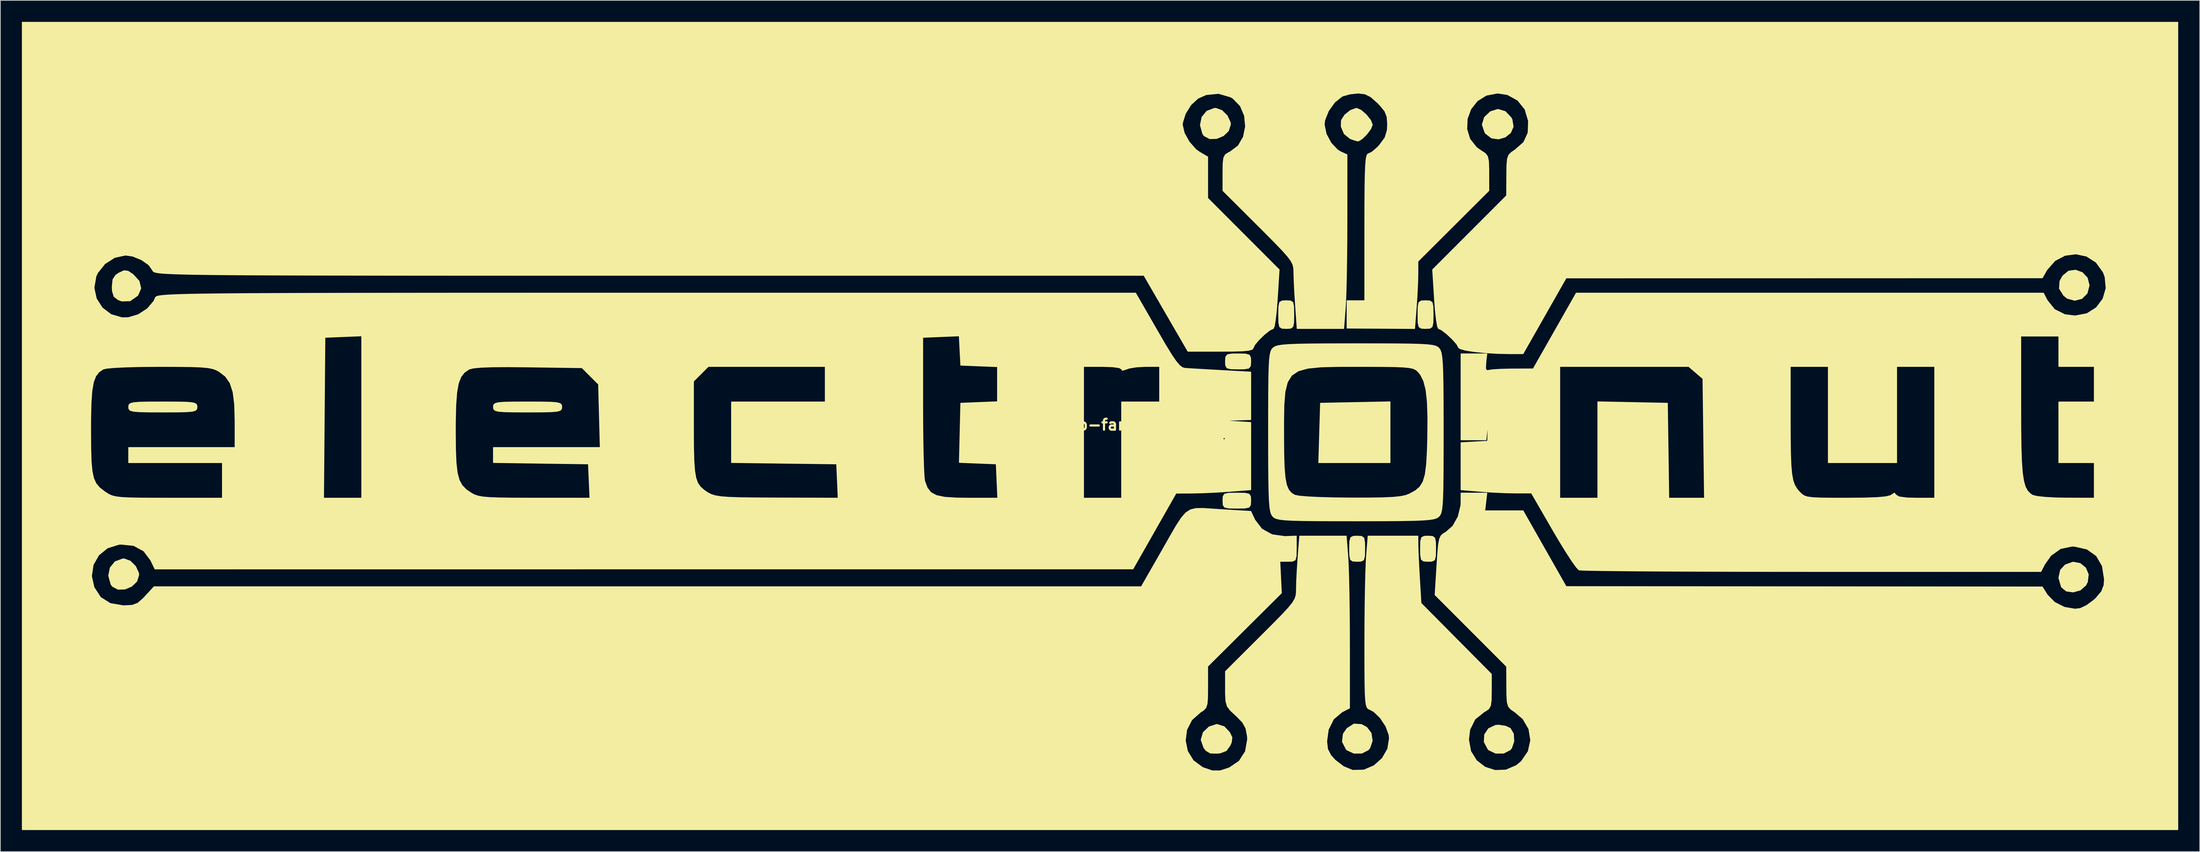
<source format=kicad_pcb>
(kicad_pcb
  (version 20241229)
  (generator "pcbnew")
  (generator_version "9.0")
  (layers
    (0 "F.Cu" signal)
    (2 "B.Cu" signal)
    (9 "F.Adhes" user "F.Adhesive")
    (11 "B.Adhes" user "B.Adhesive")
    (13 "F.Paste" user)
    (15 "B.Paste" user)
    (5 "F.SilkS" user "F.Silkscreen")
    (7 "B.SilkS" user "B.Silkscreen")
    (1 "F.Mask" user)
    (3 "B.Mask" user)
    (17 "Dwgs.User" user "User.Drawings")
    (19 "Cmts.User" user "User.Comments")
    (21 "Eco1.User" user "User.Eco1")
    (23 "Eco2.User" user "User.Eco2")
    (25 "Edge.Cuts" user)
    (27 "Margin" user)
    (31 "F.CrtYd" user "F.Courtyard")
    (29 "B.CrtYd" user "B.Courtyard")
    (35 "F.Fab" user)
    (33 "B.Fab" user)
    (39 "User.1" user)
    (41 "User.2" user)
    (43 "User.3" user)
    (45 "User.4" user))
  (footprint "logo-fancy"
    (layer "F.Cu")
    (at 149.981 56.142)
    (property "Reference" "logo-fancy" (at 0 0 0) (layer "F.SilkS") (effects (font (size 1.524 1.524) (thickness 0.3))))
    (attr through_hole)
    (fp_poly (pts (xy 40.569 5.292) (xy 35.598 5.292) (xy 30.627 5.292) (xy 30.751 1.147) (xy 30.875 -2.999) (xy 35.722 -3.097) (xy 40.569 -3.195) (xy 40.569 1.048) (xy 40.569 5.292)) (stroke (width 0.1) (type solid)) (fill yes) (layer "F.SilkS"))
    (fp_poly (pts (xy 137.936 -19.432) (xy 137.65 -18.32) (xy 136.922 -17.593) (xy 135.942 -17.33) (xy 134.904 -17.609) (xy 134.408 -17.992) (xy 133.788 -18.966) (xy 133.855 -20.008) (xy 134.252 -20.735) (xy 135.073 -21.41) (xy 136.049 -21.542) (xy 136.983 -21.202) (xy 137.677 -20.459) (xy 137.936 -19.432)) (stroke (width 0.1) (type solid)) (fill yes) (layer "F.SilkS"))
    (fp_poly (pts (xy 38.087 44.052) (xy 37.752 45.055) (xy 37.546 45.307) (xy 36.633 45.778) (xy 35.533 45.787) (xy 34.58 45.342) (xy 34.451 45.216) (xy 33.923 44.179) (xy 34.055 43.082) (xy 34.572 42.333) (xy 35.547 41.713) (xy 36.588 41.78) (xy 37.316 42.177) (xy 37.934 42.992) (xy 38.087 44.052)) (stroke (width 0.1) (type solid)) (fill yes) (layer "F.SilkS"))
    (fp_poly (pts (xy 57.718 -41.527) (xy 57.345 -40.688) (xy 56.607 -40.094) (xy 55.674 -39.823) (xy 54.712 -39.956) (xy 53.889 -40.573) (xy 53.777 -40.729) (xy 53.404 -41.822) (xy 53.716 -42.844) (xy 54.545 -43.627) (xy 55.594 -43.952) (xy 56.613 -43.65) (xy 57.425 -42.788) (xy 57.558 -42.529) (xy 57.718 -41.527)) (stroke (width 0.1) (type solid)) (fill yes) (layer "F.SilkS"))
    (fp_poly (pts (xy 137.818 20.857) (xy 137.696 21.914) (xy 137.457 22.374) (xy 136.697 23.042) (xy 135.712 23.319) (xy 134.756 23.187) (xy 134.084 22.631) (xy 134.068 22.601) (xy 133.702 21.351) (xy 133.944 20.244) (xy 134.612 19.529) (xy 135.692 19.15) (xy 136.678 19.337) (xy 137.433 19.952) (xy 137.818 20.857)) (stroke (width 0.1) (type solid)) (fill yes) (layer "F.SilkS"))
    (fp_poly (pts (xy -133.703 20.936) (xy -133.986 21.841) (xy -134.7 22.522) (xy -135.638 22.91) (xy -136.596 22.936) (xy -137.369 22.529) (xy -137.571 22.248) (xy -137.903 21.044) (xy -137.682 19.934) (xy -137 19.096) (xy -135.947 18.706) (xy -135.741 18.697) (xy -134.902 19) (xy -134.155 19.738) (xy -133.732 20.656) (xy -133.703 20.936)) (stroke (width 0.1) (type solid)) (fill yes) (layer "F.SilkS"))
    (fp_poly (pts (xy 18.344 -41.859) (xy 18.061 -40.954) (xy 17.348 -40.272) (xy 16.409 -39.884) (xy 15.451 -39.859) (xy 14.678 -40.266) (xy 14.476 -40.546) (xy 14.144 -41.751) (xy 14.365 -42.86) (xy 15.047 -43.698) (xy 16.1 -44.088) (xy 16.306 -44.097) (xy 17.145 -43.794) (xy 17.892 -43.056) (xy 18.316 -42.139) (xy 18.344 -41.859)) (stroke (width 0.1) (type solid)) (fill yes) (layer "F.SilkS"))
    (fp_poly (pts (xy 18.553 43.587) (xy 18.466 44.271) (xy 18.282 44.696) (xy 17.761 45.42) (xy 16.946 45.741) (xy 16.511 45.793) (xy 15.538 45.769) (xy 14.924 45.401) (xy 14.632 45.016) (xy 14.248 43.911) (xy 14.55 42.885) (xy 15.355 42.118) (xy 16.436 41.761) (xy 17.457 42.081) (xy 18.206 42.87) (xy 18.553 43.587)) (stroke (width 0.1) (type solid)) (fill yes) (layer "F.SilkS"))
    (fp_poly (pts (xy 57.815 44.112) (xy 57.497 45.061) (xy 57.301 45.307) (xy 56.389 45.778) (xy 55.288 45.787) (xy 54.335 45.342) (xy 54.206 45.216) (xy 53.676 44.206) (xy 53.732 43.187) (xy 54.29 42.353) (xy 55.265 41.897) (xy 55.67 41.863) (xy 56.633 42.006) (xy 57.308 42.318) (xy 57.752 43.086) (xy 57.815 44.112)) (stroke (width 0.1) (type solid)) (fill yes) (layer "F.SilkS"))
    (fp_poly (pts (xy -133.419 -18.999) (xy -133.828 -18.049) (xy -133.874 -17.998) (xy -134.914 -17.268) (xy -136.067 -17.229) (xy -136.583 -17.426) (xy -137.152 -17.877) (xy -137.382 -18.625) (xy -137.407 -19.223) (xy -137.309 -20.226) (xy -136.919 -20.832) (xy -136.453 -21.146) (xy -135.748 -21.468) (xy -135.198 -21.398) (xy -134.513 -20.948) (xy -133.657 -20.009) (xy -133.419 -18.999)) (stroke (width 0.1) (type solid)) (fill yes) (layer "F.SilkS"))
    (fp_poly (pts (xy 21.167 -8.819) (xy 21.128 -8.193) (xy 20.891 -7.881) (xy 20.274 -7.773) (xy 19.403 -7.761) (xy 18.359 -7.784) (xy 17.838 -7.926) (xy 17.659 -8.297) (xy 17.639 -8.819) (xy 17.677 -9.446) (xy 17.914 -9.758) (xy 18.532 -9.866) (xy 19.403 -9.878) (xy 20.447 -9.855) (xy 20.968 -9.712) (xy 21.147 -9.342) (xy 21.167 -8.819)) (stroke (width 0.1) (type solid)) (fill yes) (layer "F.SilkS"))
    (fp_poly (pts (xy 37.042 17.286) (xy 37.019 18.33) (xy 36.876 18.851) (xy 36.506 19.03) (xy 35.983 19.05) (xy 35.357 19.011) (xy 35.044 18.775) (xy 34.937 18.157) (xy 34.925 17.286) (xy 34.948 16.242) (xy 35.09 15.721) (xy 35.461 15.542) (xy 35.983 15.522) (xy 36.61 15.561) (xy 36.922 15.798) (xy 37.03 16.415) (xy 37.042 17.286)) (stroke (width 0.1) (type solid)) (fill yes) (layer "F.SilkS"))
    (fp_poly (pts (xy 46.919 17.286) (xy 46.896 18.33) (xy 46.754 18.851) (xy 46.384 19.03) (xy 45.861 19.05) (xy 45.235 19.011) (xy 44.922 18.775) (xy 44.815 18.157) (xy 44.803 17.286) (xy 44.826 16.242) (xy 44.968 15.721) (xy 45.338 15.542) (xy 45.861 15.522) (xy 46.488 15.561) (xy 46.8 15.798) (xy 46.908 16.415) (xy 46.919 17.286)) (stroke (width 0.1) (type solid)) (fill yes) (layer "F.SilkS"))
    (fp_poly (pts (xy 38.1 -41.804) (xy 37.872 -41.226) (xy 37.33 -40.496) (xy 36.686 -39.853) (xy 36.152 -39.537) (xy 36.088 -39.533) (xy 35.57 -39.671) (xy 35.005 -39.878) (xy 34.184 -40.547) (xy 33.756 -41.573) (xy 33.787 -42.419) (xy 34.252 -43.165) (xy 35.058 -43.81) (xy 35.878 -44.097) (xy 35.901 -44.097) (xy 36.526 -43.83) (xy 37.258 -43.191) (xy 37.861 -42.428) (xy 38.1 -41.804)) (stroke (width 0.1) (type solid)) (fill yes) (layer "F.SilkS"))
    (fp_poly (pts (xy 21.167 10.583) (xy 21.134 11.188) (xy 20.921 11.503) (xy 20.352 11.623) (xy 19.256 11.642) (xy 19.226 11.642) (xy 18.117 11.624) (xy 17.54 11.507) (xy 17.321 11.198) (xy 17.286 10.6) (xy 17.286 10.583) (xy 17.319 9.978) (xy 17.532 9.663) (xy 18.1 9.544) (xy 19.197 9.525) (xy 19.226 9.525) (xy 20.336 9.543) (xy 20.913 9.659) (xy 21.132 9.969) (xy 21.167 10.567) (xy 21.167 10.583)) (stroke (width 0.1) (type solid)) (fill yes) (layer "F.SilkS"))
    (fp_poly (pts (xy 27.164 -15.346) (xy 27.146 -14.237) (xy 27.03 -13.659) (xy 26.72 -13.44) (xy 26.122 -13.406) (xy 26.106 -13.406) (xy 25.501 -13.438) (xy 25.186 -13.652) (xy 25.066 -14.22) (xy 25.047 -15.316) (xy 25.047 -15.346) (xy 25.065 -16.455) (xy 25.181 -17.032) (xy 25.491 -17.252) (xy 26.089 -17.286) (xy 26.106 -17.286) (xy 26.711 -17.254) (xy 27.026 -17.04) (xy 27.145 -16.472) (xy 27.164 -15.376) (xy 27.164 -15.346)) (stroke (width 0.1) (type solid)) (fill yes) (layer "F.SilkS"))
    (fp_poly (pts (xy 46.567 -15.346) (xy 46.549 -14.237) (xy 46.432 -13.659) (xy 46.123 -13.44) (xy 45.525 -13.406) (xy 45.508 -13.406) (xy 44.903 -13.438) (xy 44.588 -13.652) (xy 44.469 -14.22) (xy 44.45 -15.316) (xy 44.45 -15.346) (xy 44.468 -16.455) (xy 44.584 -17.032) (xy 44.894 -17.252) (xy 45.492 -17.286) (xy 45.508 -17.286) (xy 46.113 -17.254) (xy 46.428 -17.04) (xy 46.548 -16.472) (xy 46.567 -15.376) (xy 46.567 -15.346)) (stroke (width 0.1) (type solid)) (fill yes) (layer "F.SilkS"))
    (fp_poly (pts (xy -125.589 -2.469) (xy -125.627 -2.186) (xy -125.813 -1.991) (xy -126.26 -1.867) (xy -127.076 -1.799) (xy -128.372 -1.77) (xy -130.258 -1.764) (xy -130.351 -1.764) (xy -132.265 -1.769) (xy -133.584 -1.797) (xy -134.417 -1.863) (xy -134.877 -1.984) (xy -135.072 -2.176) (xy -135.114 -2.456) (xy -135.114 -2.469) (xy -135.076 -2.753) (xy -134.889 -2.948) (xy -134.443 -3.072) (xy -133.627 -3.14) (xy -132.331 -3.169) (xy -130.444 -3.175) (xy -130.351 -3.175) (xy -128.438 -3.169) (xy -127.119 -3.142) (xy -126.285 -3.076) (xy -125.826 -2.955) (xy -125.631 -2.763) (xy -125.589 -2.483) (xy -125.589 -2.469)) (stroke (width 0.1) (type solid)) (fill yes) (layer "F.SilkS"))
    (fp_poly (pts (xy -74.789 -2.469) (xy -74.827 -2.186) (xy -75.013 -1.991) (xy -75.46 -1.867) (xy -76.276 -1.799) (xy -77.572 -1.77) (xy -79.458 -1.764) (xy -79.551 -1.764) (xy -81.465 -1.769) (xy -82.784 -1.797) (xy -83.617 -1.863) (xy -84.077 -1.984) (xy -84.272 -2.176) (xy -84.314 -2.456) (xy -84.314 -2.469) (xy -84.276 -2.753) (xy -84.089 -2.948) (xy -83.643 -3.072) (xy -82.827 -3.14) (xy -81.531 -3.169) (xy -79.644 -3.175) (xy -79.551 -3.175) (xy -77.638 -3.169) (xy -76.319 -3.142) (xy -75.485 -3.076) (xy -75.026 -2.955) (xy -74.831 -2.763) (xy -74.789 -2.483) (xy -74.789 -2.469)) (stroke (width 0.1) (type solid)) (fill yes) (layer "F.SilkS"))
    (fp_poly (pts (xy 47.978 1.12) (xy 47.975 4.228) (xy 47.965 6.706) (xy 47.943 8.631) (xy 47.906 10.079) (xy 47.847 11.126) (xy 47.765 11.848) (xy 47.654 12.321) (xy 47.51 12.621) (xy 47.333 12.822) (xy 47.085 12.987) (xy 46.697 13.119) (xy 46.092 13.22) (xy 45.825 13.242) (xy 45.825 -1.04) (xy 45.75 -3.208) (xy 45.564 -4.86) (xy 45.252 -6.088) (xy 44.8 -6.984) (xy 44.431 -7.427) (xy 44.157 -7.657) (xy 43.791 -7.829) (xy 43.236 -7.951) (xy 42.395 -8.033) (xy 41.172 -8.082) (xy 39.468 -8.106) (xy 37.187 -8.114) (xy 36.319 -8.114) (xy 33.315 -8.109) (xy 30.942 -8.05) (xy 29.125 -7.87) (xy 27.791 -7.501) (xy 26.865 -6.879) (xy 26.273 -5.934) (xy 25.94 -4.601) (xy 25.791 -2.814) (xy 25.753 -0.504) (xy 25.753 1.377) (xy 25.769 3.954) (xy 25.829 5.921) (xy 25.949 7.369) (xy 26.147 8.393) (xy 26.441 9.087) (xy 26.846 9.545) (xy 27.292 9.818) (xy 27.894 9.94) (xy 29.097 10.045) (xy 30.796 10.128) (xy 32.889 10.184) (xy 35.048 10.207) (xy 37.581 10.205) (xy 39.511 10.177) (xy 40.94 10.115) (xy 41.971 10.013) (xy 42.707 9.864) (xy 43.229 9.671) (xy 44.082 9.209) (xy 44.714 8.673) (xy 45.161 7.954) (xy 45.46 6.942) (xy 45.644 5.527) (xy 45.752 3.599) (xy 45.803 1.736) (xy 45.825 -1.04) (xy 45.825 13.242) (xy 45.196 13.294) (xy 43.931 13.346) (xy 42.221 13.38) (xy 39.991 13.398) (xy 37.165 13.405) (xy 35.746 13.406) (xy 32.665 13.403) (xy 30.212 13.393) (xy 28.312 13.37) (xy 26.887 13.332) (xy 25.86 13.272) (xy 25.155 13.187) (xy 24.695 13.074) (xy 24.403 12.926) (xy 24.22 12.76) (xy 24.056 12.514) (xy 23.925 12.129) (xy 23.824 11.529) (xy 23.749 10.639) (xy 23.697 9.383) (xy 23.663 7.687) (xy 23.645 5.474) (xy 23.637 2.669) (xy 23.636 0.997) (xy 23.639 -2.111) (xy 23.649 -4.589) (xy 23.67 -6.515) (xy 23.708 -7.963) (xy 23.766 -9.01) (xy 23.849 -9.731) (xy 23.96 -10.204) (xy 24.104 -10.505) (xy 24.281 -10.705) (xy 24.529 -10.871) (xy 24.917 -11.002) (xy 25.521 -11.103) (xy 26.418 -11.178) (xy 27.683 -11.23) (xy 29.392 -11.263) (xy 31.623 -11.281) (xy 34.449 -11.288) (xy 35.868 -11.289) (xy 38.949 -11.286) (xy 41.401 -11.276) (xy 43.302 -11.254) (xy 44.727 -11.215) (xy 45.753 -11.155) (xy 46.458 -11.071) (xy 46.919 -10.957) (xy 47.211 -10.809) (xy 47.394 -10.644) (xy 47.558 -10.398) (xy 47.689 -10.012) (xy 47.79 -9.412) (xy 47.865 -8.522) (xy 47.917 -7.267) (xy 47.951 -5.57) (xy 47.969 -3.357) (xy 47.977 -0.552) (xy 47.978 1.12)) (stroke (width 0.1) (type solid)) (fill yes) (layer "F.SilkS"))
    (fp_poly (pts (xy 150.283 56.444) (xy 140.285 56.444) (xy 140.285 -19.018) (xy 140.138 -20.609) (xy 139.885 -21.276) (xy 138.9 -22.638) (xy 137.583 -23.482) (xy 136.088 -23.804) (xy 134.567 -23.601) (xy 133.172 -22.867) (xy 132.056 -21.599) (xy 131.993 -21.491) (xy 131.41 -20.466) (xy 98.249 -20.459) (xy 65.088 -20.452) (xy 62.089 -15.174) (xy 59.09 -9.895) (xy 57.503 -9.888) (xy 55.637 -9.922) (xy 53.849 -10.026) (xy 52.27 -10.186) (xy 51.033 -10.385) (xy 50.273 -10.608) (xy 50.094 -10.775) (xy 49.845 -11.239) (xy 49.233 -11.928) (xy 48.464 -12.647) (xy 47.744 -13.204) (xy 47.302 -13.406) (xy 47.165 -13.735) (xy 47.014 -14.631) (xy 46.867 -15.955) (xy 46.748 -17.509) (xy 46.491 -21.612) (xy 51.644 -26.773) (xy 56.797 -31.935) (xy 56.811 -34.753) (xy 56.829 -36.161) (xy 56.907 -37.044) (xy 57.102 -37.584) (xy 57.473 -37.962) (xy 57.947 -38.277) (xy 59.173 -39.347) (xy 59.785 -40.681) (xy 59.845 -42.321) (xy 59.362 -43.953) (xy 58.346 -45.218) (xy 56.92 -46.005) (xy 55.562 -46.214) (xy 53.978 -45.92) (xy 52.716 -45.133) (xy 51.816 -43.989) (xy 51.318 -42.628) (xy 51.259 -41.189) (xy 51.68 -39.809) (xy 52.618 -38.629) (xy 53.292 -38.157) (xy 53.833 -37.806) (xy 54.142 -37.397) (xy 54.284 -36.736) (xy 54.324 -35.631) (xy 54.326 -35.097) (xy 54.328 -32.622) (xy 49.389 -27.693) (xy 44.45 -22.764) (xy 44.448 -20.995) (xy 44.418 -19.76) (xy 44.341 -18.149) (xy 44.232 -16.488) (xy 44.219 -16.314) (xy 43.992 -13.401) (xy 39.282 -13.429) (xy 34.572 -13.456) (xy 34.572 -15.371) (xy 34.572 -17.286) (xy 35.807 -17.286) (xy 37.042 -17.286) (xy 37.042 -27.517) (xy 37.046 -30.534) (xy 37.063 -32.915) (xy 37.095 -34.73) (xy 37.146 -36.048) (xy 37.218 -36.938) (xy 37.315 -37.469) (xy 37.442 -37.711) (xy 37.534 -37.747) (xy 38.046 -37.995) (xy 38.772 -38.622) (xy 39.122 -38.994) (xy 39.864 -40.012) (xy 40.174 -41.034) (xy 40.217 -41.858) (xy 40.146 -42.902) (xy 39.841 -43.689) (xy 39.165 -44.52) (xy 38.847 -44.844) (xy 37.896 -45.692) (xy 37.085 -46.102) (xy 36.144 -46.209) (xy 36.113 -46.209) (xy 34.963 -46.089) (xy 33.964 -45.803) (xy 33.877 -45.763) (xy 32.856 -44.947) (xy 31.994 -43.744) (xy 31.473 -42.444) (xy 31.399 -41.84) (xy 31.665 -40.539) (xy 32.346 -39.26) (xy 33.273 -38.285) (xy 33.689 -38.036) (xy 34.572 -37.634) (xy 34.57 -28.43) (xy 34.561 -25.763) (xy 34.535 -23.161) (xy 34.496 -20.759) (xy 34.446 -18.692) (xy 34.387 -17.098) (xy 34.341 -16.316) (xy 34.115 -13.406) (xy 30.869 -13.406) (xy 27.622 -13.406) (xy 27.393 -16.635) (xy 27.288 -18.274) (xy 27.209 -19.828) (xy 27.167 -21.031) (xy 27.164 -21.314) (xy 27.143 -21.831) (xy 27.035 -22.307) (xy 26.776 -22.824) (xy 26.301 -23.467) (xy 25.543 -24.321) (xy 24.438 -25.47) (xy 22.921 -26.998) (xy 22.225 -27.693) (xy 17.286 -32.622) (xy 17.286 -35.099) (xy 17.303 -36.404) (xy 17.395 -37.186) (xy 17.623 -37.627) (xy 18.049 -37.909) (xy 18.265 -38.008) (xy 19.416 -38.864) (xy 20.139 -40.108) (xy 20.431 -41.565) (xy 20.291 -43.061) (xy 19.717 -44.421) (xy 18.707 -45.47) (xy 18.356 -45.679) (xy 16.684 -46.167) (xy 14.959 -46) (xy 13.825 -45.499) (xy 12.83 -44.589) (xy 12.047 -43.333) (xy 11.657 -42.042) (xy 11.642 -41.781) (xy 11.908 -40.651) (xy 12.587 -39.423) (xy 13.502 -38.381) (xy 13.998 -38.016) (xy 15.169 -37.325) (xy 15.169 -34.454) (xy 15.169 -31.582) (xy 20.146 -26.597) (xy 25.123 -21.612) (xy 24.866 -17.509) (xy 24.742 -15.902) (xy 24.595 -14.591) (xy 24.444 -13.713) (xy 24.312 -13.406) (xy 23.803 -13.165) (xy 23.065 -12.577) (xy 22.302 -11.837) (xy 21.72 -11.142) (xy 21.519 -10.723) (xy 21.39 -10.515) (xy 20.934 -10.372) (xy 20.056 -10.284) (xy 18.654 -10.241) (xy 16.966 -10.231) (xy 12.413 -10.231) (xy 9.349 -15.522) (xy 6.285 -20.814) (xy -62.627 -20.814) (xy -70.82 -20.814) (xy -78.337 -20.814) (xy -85.206 -20.816) (xy -91.458 -20.818) (xy -97.121 -20.821) (xy -102.225 -20.826) (xy -106.798 -20.833) (xy -110.871 -20.842) (xy -114.472 -20.853) (xy -117.63 -20.867) (xy -120.376 -20.884) (xy -122.737 -20.904) (xy -124.743 -20.928) (xy -126.424 -20.956) (xy -127.809 -20.988) (xy -128.926 -21.025) (xy -129.806 -21.066) (xy -130.477 -21.112) (xy -130.969 -21.163) (xy -131.31 -21.221) (xy -131.531 -21.284) (xy -131.66 -21.353) (xy -131.727 -21.429) (xy -131.757 -21.502) (xy -132.312 -22.283) (xy -133.322 -22.99) (xy -134.542 -23.486) (xy -135.544 -23.636) (xy -137.059 -23.31) (xy -138.429 -22.433) (xy -139.444 -21.157) (xy -139.663 -20.679) (xy -139.938 -19.078) (xy -139.611 -17.569) (xy -138.786 -16.284) (xy -137.564 -15.355) (xy -136.048 -14.914) (xy -135.175 -14.922) (xy -133.778 -15.336) (xy -132.509 -16.158) (xy -131.607 -17.215) (xy -131.39 -17.701) (xy -131.347 -17.778) (xy -131.248 -17.849) (xy -131.065 -17.913) (xy -130.768 -17.972) (xy -130.328 -18.025) (xy -129.716 -18.072) (xy -128.902 -18.115) (xy -127.856 -18.153) (xy -126.55 -18.187) (xy -124.954 -18.216) (xy -123.039 -18.242) (xy -120.775 -18.264) (xy -118.134 -18.282) (xy -115.086 -18.298) (xy -111.601 -18.311) (xy -107.65 -18.321) (xy -103.204 -18.329) (xy -98.233 -18.335) (xy -92.709 -18.339) (xy -86.601 -18.342) (xy -79.881 -18.343) (xy -72.52 -18.344) (xy -64.487 -18.344) (xy -63.026 -18.344) (xy 5.134 -18.344) (xy 8.123 -13.141) (xy 9.257 -11.192) (xy 10.118 -9.781) (xy 10.767 -8.826) (xy 11.265 -8.243) (xy 11.673 -7.95) (xy 11.994 -7.866) (xy 12.691 -7.818) (xy 13.913 -7.744) (xy 15.48 -7.653) (xy 17.022 -7.566) (xy 21.167 -7.339) (xy 21.167 -4.022) (xy 21.167 -0.706) (xy 19.138 -0.639) (xy 17.11 -0.572) (xy 19.138 -0.445) (xy 21.167 -0.318) (xy 21.167 4.375) (xy 21.167 9.068) (xy 18.256 9.294) (xy 17.639 9.335) (xy 17.639 1.94) (xy 17.462 1.764) (xy 17.286 1.94) (xy 17.462 2.117) (xy 17.639 1.94) (xy 17.639 9.335) (xy 16.499 9.409) (xy 14.651 9.495) (xy 13.1 9.534) (xy 13.053 9.535) (xy 10.76 9.548) (xy 8.467 13.583) (xy 8.467 -3.175) (xy 8.467 -5.644) (xy 8.467 -8.114) (xy 6.503 -8.114) (xy 5.276 -8.05) (xy 4.257 -7.886) (xy 3.857 -7.749) (xy 3.296 -7.564) (xy 3.175 -7.749) (xy 2.843 -7.941) (xy 1.923 -8.068) (xy 0.532 -8.114) (xy 0.529 -8.114) (xy -2.117 -8.114) (xy -2.117 1.058) (xy -2.117 10.231) (xy 0.529 10.231) (xy 3.175 10.231) (xy 3.175 3.528) (xy 3.175 -3.175) (xy 5.821 -3.175) (xy 8.467 -3.175) (xy 8.467 13.583) (xy 7.761 14.825) (xy 4.763 20.101) (xy -14.079 20.102) (xy -14.079 10.231) (xy -14.183 7.849) (xy -14.287 5.468) (xy -16.856 5.364) (xy -19.425 5.26) (xy -19.326 1.131) (xy -19.226 -2.999) (xy -16.669 -3.102) (xy -14.111 -3.206) (xy -14.111 -5.644) (xy -14.111 -8.083) (xy -16.669 -8.187) (xy -19.226 -8.29) (xy -19.333 -10.334) (xy -19.439 -12.377) (xy -21.978 -12.274) (xy -24.518 -12.171) (xy -24.518 -2.646) (xy -24.508 -0.074) (xy -24.481 2.307) (xy -24.438 4.392) (xy -24.383 6.08) (xy -24.319 7.266) (xy -24.249 7.84) (xy -23.903 8.776) (xy -23.399 9.435) (xy -22.62 9.864) (xy -21.45 10.108) (xy -19.774 10.214) (xy -18.262 10.231) (xy -14.079 10.231) (xy -14.079 20.102) (xy -36.304 20.103) (xy -36.304 10.231) (xy -36.408 7.849) (xy -36.513 5.468) (xy -43.833 5.373) (xy -51.153 5.277) (xy -51.153 1.051) (xy -51.153 -3.175) (xy -44.626 -3.175) (xy -38.1 -3.175) (xy -38.1 -5.644) (xy -38.1 -8.114) (xy -46.241 -8.114) (xy -54.382 -8.114) (xy -55.413 -7.083) (xy -56.444 -6.051) (xy -56.444 0.525) (xy -56.433 3.05) (xy -56.386 4.972) (xy -56.286 6.393) (xy -56.115 7.415) (xy -55.853 8.14) (xy -55.484 8.67) (xy -54.988 9.108) (xy -54.901 9.172) (xy -54.444 9.484) (xy -53.97 9.724) (xy -53.386 9.902) (xy -52.595 10.029) (xy -51.503 10.112) (xy -50.015 10.163) (xy -48.037 10.19) (xy -45.472 10.203) (xy -44.698 10.206) (xy -36.304 10.231) (xy -36.304 20.103) (xy -63.346 20.105) (xy -69.44 20.105) (xy -69.44 3.175) (xy -69.557 -1.229) (xy -69.674 -5.633) (xy -70.826 -6.785) (xy -71.979 -7.938) (xy -79.454 -8.046) (xy -82.295 -8.072) (xy -84.486 -8.056) (xy -86.083 -7.996) (xy -87.14 -7.89) (xy -87.713 -7.735) (xy -87.723 -7.73) (xy -88.364 -7.283) (xy -88.847 -6.658) (xy -89.19 -5.759) (xy -89.416 -4.49) (xy -89.546 -2.754) (xy -89.6 -0.456) (xy -89.606 0.865) (xy -89.586 3.367) (xy -89.51 5.272) (xy -89.35 6.686) (xy -89.078 7.716) (xy -88.667 8.471) (xy -88.089 9.056) (xy -87.384 9.539) (xy -86.956 9.767) (xy -86.455 9.939) (xy -85.781 10.062) (xy -84.831 10.145) (xy -83.506 10.195) (xy -81.704 10.22) (xy -79.325 10.229) (xy -78.565 10.229) (xy -70.876 10.231) (xy -70.98 7.849) (xy -71.085 5.468) (xy -77.699 5.372) (xy -84.314 5.276) (xy -84.314 4.226) (xy -84.314 3.175) (xy -76.877 3.175) (xy -69.44 3.175) (xy -69.44 20.105) (xy -102.658 20.107) (xy -102.658 10.231) (xy -102.658 -1.074) (xy -102.658 -12.378) (xy -105.216 -12.274) (xy -107.774 -12.171) (xy -107.867 -0.97) (xy -107.96 10.231) (xy -105.309 10.231) (xy -102.658 10.231) (xy -102.658 20.107) (xy -120.297 20.108) (xy -120.297 3.175) (xy -120.297 -0.54) (xy -120.361 -2.835) (xy -120.578 -4.552) (xy -120.987 -5.811) (xy -121.624 -6.729) (xy -122.481 -7.399) (xy -122.931 -7.642) (xy -123.442 -7.823) (xy -124.121 -7.951) (xy -125.074 -8.034) (xy -126.407 -8.083) (xy -128.227 -8.106) (xy -130.639 -8.113) (xy -130.816 -8.113) (xy -133.278 -8.095) (xy -135.387 -8.044) (xy -137.052 -7.965) (xy -138.182 -7.86) (xy -138.661 -7.751) (xy -139.252 -7.343) (xy -139.696 -6.772) (xy -140.012 -5.943) (xy -140.221 -4.759) (xy -140.341 -3.123) (xy -140.394 -0.941) (xy -140.4 0.776) (xy -140.385 3.242) (xy -140.328 5.111) (xy -140.202 6.493) (xy -139.981 7.494) (xy -139.64 8.226) (xy -139.151 8.795) (xy -138.489 9.31) (xy -138.32 9.426) (xy -137.896 9.693) (xy -137.453 9.893) (xy -136.89 10.036) (xy -136.102 10.131) (xy -134.987 10.189) (xy -133.442 10.219) (xy -131.365 10.229) (xy -129.594 10.231) (xy -122.061 10.231) (xy -122.061 7.761) (xy -122.061 5.292) (xy -128.588 5.292) (xy -135.114 5.292) (xy -135.114 4.233) (xy -135.114 3.175) (xy -127.706 3.175) (xy -120.297 3.175) (xy -120.297 20.108) (xy -131.455 20.108) (xy -132.037 18.89) (xy -133.013 17.594) (xy -134.411 16.837) (xy -136.161 16.655) (xy -136.484 16.683) (xy -138.07 17.178) (xy -139.286 18.175) (xy -140.052 19.531) (xy -140.284 21.104) (xy -139.934 22.67) (xy -139.023 24.066) (xy -137.677 24.914) (xy -135.881 25.222) (xy -135.72 25.224) (xy -134.61 25.161) (xy -133.84 24.873) (xy -133.081 24.212) (xy -132.789 23.901) (xy -131.577 22.578) (xy -62.827 22.578) (xy 5.922 22.578) (xy 8.679 17.764) (xy 9.864 15.677) (xy 10.767 14.115) (xy 11.488 13.004) (xy 12.123 12.275) (xy 12.771 11.855) (xy 13.53 11.673) (xy 14.498 11.659) (xy 15.774 11.74) (xy 16.868 11.814) (xy 21.171 12.073) (xy 21.745 13.284) (xy 22.714 14.546) (xy 24.14 15.33) (xy 25.915 15.576) (xy 26.016 15.573) (xy 27.517 15.517) (xy 27.517 17.283) (xy 27.496 18.328) (xy 27.355 18.85) (xy 26.975 19.029) (xy 26.37 19.049) (xy 25.224 19.049) (xy 25.331 21.254) (xy 25.438 23.46) (xy 20.304 28.57) (xy 15.169 33.681) (xy 15.169 36.576) (xy 15.157 38.009) (xy 15.088 38.909) (xy 14.91 39.449) (xy 14.576 39.803) (xy 14.159 40.068) (xy 12.946 41.142) (xy 12.247 42.513) (xy 12.055 44.022) (xy 12.36 45.505) (xy 13.154 46.802) (xy 14.43 47.749) (xy 14.559 47.808) (xy 15.821 48.234) (xy 16.91 48.235) (xy 18.172 47.823) (xy 19.55 46.894) (xy 20.421 45.534) (xy 20.717 43.864) (xy 20.69 43.392) (xy 20.484 42.31) (xy 20.018 41.465) (xy 19.126 40.559) (xy 19.084 40.522) (xy 18.322 39.815) (xy 17.89 39.235) (xy 17.694 38.541) (xy 17.641 37.495) (xy 17.639 36.813) (xy 17.639 34.386) (xy 22.578 29.457) (xy 24.264 27.77) (xy 25.514 26.495) (xy 26.395 25.546) (xy 26.97 24.837) (xy 27.305 24.282) (xy 27.465 23.797) (xy 27.515 23.293) (xy 27.519 22.935) (xy 27.548 21.797) (xy 27.625 20.263) (xy 27.732 18.64) (xy 27.747 18.433) (xy 27.974 15.522) (xy 31.221 15.522) (xy 34.468 15.522) (xy 34.694 18.433) (xy 34.758 19.608) (xy 34.814 21.352) (xy 34.862 23.526) (xy 34.897 25.994) (xy 34.918 28.617) (xy 34.923 30.418) (xy 34.925 39.493) (xy 33.873 40.037) (xy 32.697 41.026) (xy 31.97 42.489) (xy 31.75 44.115) (xy 31.867 45.208) (xy 32.319 46.081) (xy 32.922 46.751) (xy 34.091 47.643) (xy 35.321 48.152) (xy 35.384 48.164) (xy 36.913 48.128) (xy 38.322 47.529) (xy 39.476 46.5) (xy 40.238 45.176) (xy 40.472 43.691) (xy 40.417 43.219) (xy 39.976 42.017) (xy 39.205 40.854) (xy 38.291 39.976) (xy 37.732 39.683) (xy 37.521 39.586) (xy 37.359 39.393) (xy 37.238 39.02) (xy 37.152 38.386) (xy 37.096 37.408) (xy 37.064 36.004) (xy 37.048 34.092) (xy 37.044 31.589) (xy 37.044 30.403) (xy 37.053 27.754) (xy 37.079 25.167) (xy 37.119 22.78) (xy 37.17 20.731) (xy 37.229 19.157) (xy 37.272 18.433) (xy 37.499 15.522) (xy 40.975 15.522) (xy 44.45 15.522) (xy 44.454 16.669) (xy 44.477 17.518) (xy 44.535 18.851) (xy 44.617 20.446) (xy 44.669 21.343) (xy 44.88 24.871) (xy 49.78 29.814) (xy 54.681 34.757) (xy 54.681 37.125) (xy 54.661 38.4) (xy 54.556 39.164) (xy 54.298 39.611) (xy 53.82 39.937) (xy 53.675 40.013) (xy 52.396 41.036) (xy 51.675 42.487) (xy 51.506 43.881) (xy 51.806 45.519) (xy 52.615 46.82) (xy 53.794 47.726) (xy 55.204 48.179) (xy 56.704 48.123) (xy 58.157 47.499) (xy 58.858 46.921) (xy 59.806 45.528) (xy 60.146 43.973) (xy 59.897 42.412) (xy 59.08 41.002) (xy 57.957 40.04) (xy 57.394 39.661) (xy 57.057 39.27) (xy 56.886 38.686) (xy 56.823 37.727) (xy 56.811 36.517) (xy 56.797 33.699) (xy 51.814 28.707) (xy 46.83 23.714) (xy 47.086 19.609) (xy 47.203 17.853) (xy 47.314 16.667) (xy 47.457 15.917) (xy 47.667 15.469) (xy 47.98 15.188) (xy 48.318 14.999) (xy 49.308 14.136) (xy 50.05 12.814) (xy 50.424 11.268) (xy 50.447 10.795) (xy 50.447 9.525) (xy 52.25 9.525) (xy 54.052 9.525) (xy 53.908 10.76) (xy 53.764 11.994) (xy 56.428 11.994) (xy 59.093 11.994) (xy 62.09 17.274) (xy 65.088 22.554) (xy 98.249 22.58) (xy 131.41 22.605) (xy 132.121 23.738) (xy 133.121 24.755) (xy 134.497 25.447) (xy 135.968 25.697) (xy 136.692 25.61) (xy 137.561 25.204) (xy 138.545 24.485) (xy 138.874 24.18) (xy 139.657 23.253) (xy 139.997 22.357) (xy 140.053 21.537) (xy 139.768 19.687) (xy 138.946 18.271) (xy 138.642 18.054) (xy 138.642 10.231) (xy 138.642 7.761) (xy 138.642 5.292) (xy 136.172 5.292) (xy 133.703 5.292) (xy 133.703 1.058) (xy 133.703 -3.175) (xy 136.172 -3.175) (xy 138.642 -3.175) (xy 138.642 -5.644) (xy 138.642 -8.114) (xy 136.172 -8.114) (xy 133.703 -8.114) (xy 133.703 -10.231) (xy 133.703 -12.347) (xy 131.057 -12.347) (xy 128.411 -12.347) (xy 128.411 -2.635) (xy 128.42 0.565) (xy 128.454 3.135) (xy 128.523 5.153) (xy 128.636 6.694) (xy 128.805 7.835) (xy 129.038 8.653) (xy 129.347 9.224) (xy 129.741 9.623) (xy 130.054 9.831) (xy 130.658 9.985) (xy 131.795 10.111) (xy 133.29 10.194) (xy 134.673 10.22) (xy 138.642 10.231) (xy 138.642 18.054) (xy 137.639 17.339) (xy 135.897 16.943) (xy 135.532 16.933) (xy 133.945 17.268) (xy 132.6 18.225) (xy 131.746 19.434) (xy 131.215 20.461) (xy 116.417 20.461) (xy 116.417 10.231) (xy 116.417 1.058) (xy 116.417 -8.114) (xy 113.771 -8.114) (xy 111.125 -8.114) (xy 111.125 -1.411) (xy 111.125 5.292) (xy 106.362 5.292) (xy 101.6 5.292) (xy 101.6 -1.411) (xy 101.6 -8.114) (xy 98.954 -8.114) (xy 96.308 -8.114) (xy 96.308 -0.926) (xy 96.316 1.847) (xy 96.345 4.009) (xy 96.409 5.653) (xy 96.518 6.875) (xy 96.684 7.769) (xy 96.919 8.428) (xy 97.234 8.947) (xy 97.569 9.344) (xy 97.894 9.672) (xy 98.242 9.907) (xy 98.726 10.065) (xy 99.464 10.161) (xy 100.569 10.21) (xy 102.159 10.228) (xy 104.158 10.231) (xy 106.58 10.211) (xy 108.359 10.15) (xy 109.557 10.043) (xy 110.234 9.885) (xy 110.393 9.79) (xy 110.812 9.526) (xy 111.022 9.79) (xy 111.459 10.054) (xy 112.549 10.199) (xy 113.8 10.231) (xy 116.417 10.231) (xy 116.417 20.461) (xy 99.327 20.461) (xy 94.635 20.459) (xy 90.14 20.452) (xy 85.891 20.441) (xy 84.35 20.436) (xy 84.35 10.231) (xy 84.244 1.909) (xy 84.138 -6.412) (xy 83.148 -7.263) (xy 82.158 -8.114) (xy 73.182 -8.114) (xy 64.206 -8.114) (xy 64.206 1.058) (xy 64.206 10.231) (xy 66.851 10.231) (xy 69.497 10.231) (xy 69.497 3.518) (xy 69.497 -3.195) (xy 74.348 -3.097) (xy 79.199 -2.999) (xy 79.295 3.616) (xy 79.391 10.231) (xy 81.87 10.231) (xy 84.35 10.231) (xy 84.35 20.436) (xy 81.94 20.427) (xy 78.337 20.409) (xy 75.134 20.388) (xy 72.38 20.364) (xy 70.128 20.338) (xy 68.427 20.31) (xy 67.329 20.28) (xy 66.884 20.248) (xy 66.882 20.248) (xy 66.529 19.883) (xy 65.901 19.009) (xy 65.067 17.729) (xy 64.096 16.149) (xy 63.291 14.78) (xy 60.256 9.525) (xy 58.051 9.525) (xy 56.521 9.492) (xy 54.705 9.406) (xy 53.146 9.297) (xy 50.447 9.069) (xy 50.447 5.788) (xy 50.447 2.506) (xy 52.299 2.4) (xy 54.151 2.293) (xy 54.193 0.882) (xy 54.236 -0.529) (xy 54.084 0.794) (xy 53.932 2.117) (xy 52.19 2.117) (xy 50.447 2.117) (xy 50.447 -3.881) (xy 50.447 -9.878) (xy 52.25 -9.878) (xy 54.052 -9.878) (xy 53.907 -8.632) (xy 53.872 -7.805) (xy 54.061 -7.537) (xy 54.25 -7.574) (xy 54.816 -7.663) (xy 55.883 -7.732) (xy 57.246 -7.77) (xy 57.62 -7.773) (xy 60.501 -7.785) (xy 63.499 -13.065) (xy 66.496 -18.344) (xy 99.032 -18.344) (xy 131.568 -18.344) (xy 132.088 -17.338) (xy 133.109 -16.06) (xy 134.56 -15.341) (xy 135.989 -15.169) (xy 137.62 -15.479) (xy 138.938 -16.315) (xy 139.856 -17.541) (xy 140.285 -19.018) (xy 140.285 56.444) (xy 0.176 56.444) (xy -149.931 56.444) (xy -149.931 0.176) (xy -149.931 -56.092) (xy 0.176 -56.092) (xy 150.283 -56.092) (xy 150.283 0.176) (xy 150.283 56.444)) (stroke (width 0.1) (type solid)) (fill yes) (layer "F.SilkS")))
  (gr_rect
    (start -3 -3)
    (end 303.314 115.636)
    (stroke (width 0.1) (type default))
    (fill no)
    (layer "Edge.Cuts")))
</source>
